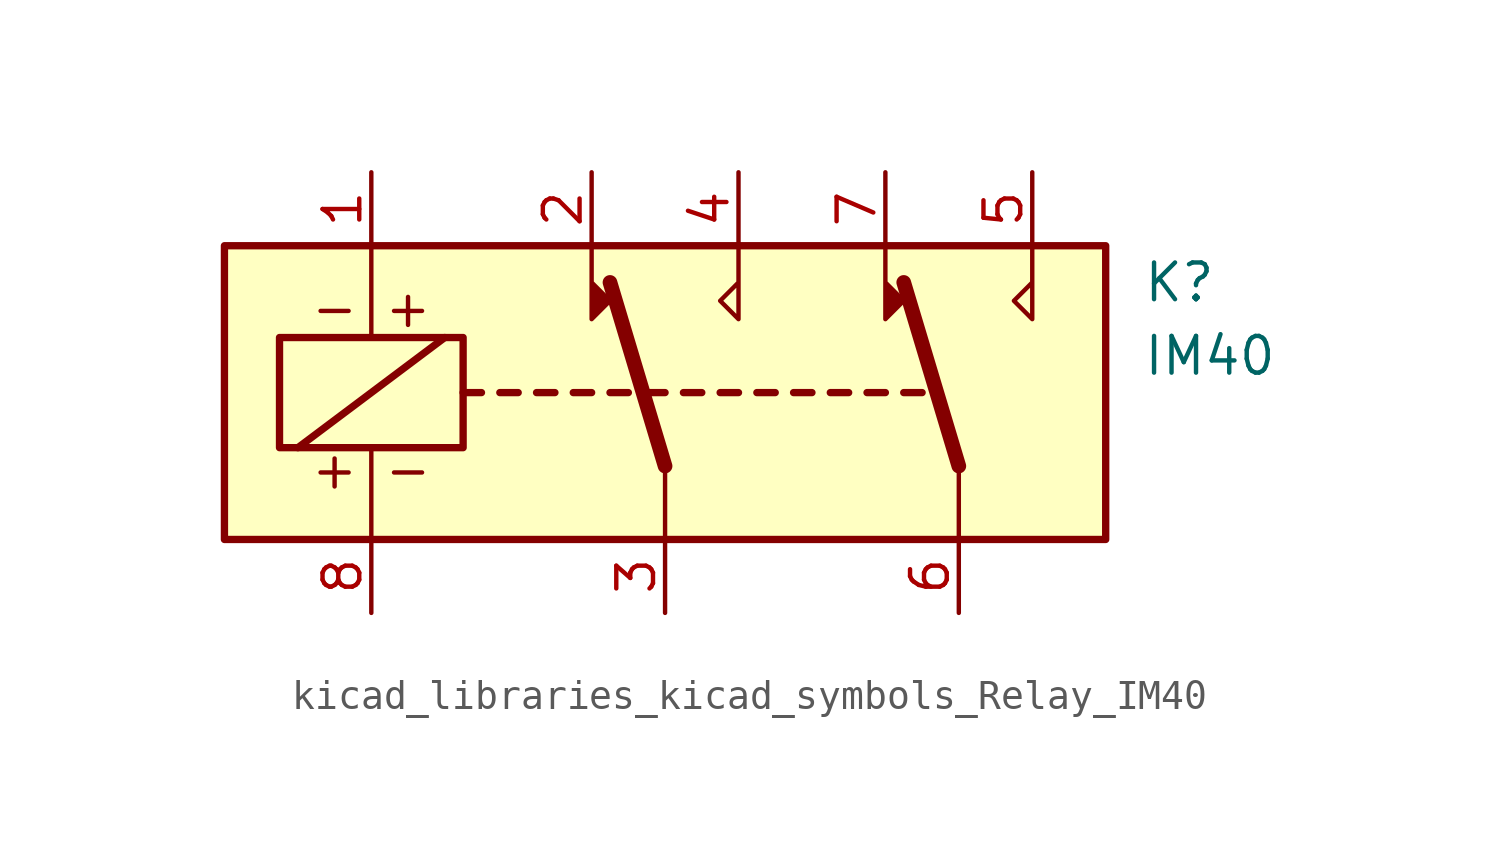
<source format=kicad_sym>
(kicad_symbol_lib
  (version 20220914)
  (generator kicad_symbol_editor)
  (symbol "kicad_libraries_kicad_symbols_Relay_IM40"
    (property "Reference" "K"
      (at 16.51 3.81 0)
      (effects (font (size 1.27 1.27)) (justify left)))
    (property "Value" "IM40"
      (at 16.51 1.27 0)
      (effects (font (size 1.27 1.27)) (justify left)))
    (symbol "kicad_libraries_kicad_symbols_Relay_IM40_0_0"
      (text "+ -" (at -10.16 -2.667 0) (effects (font (size 1.27 1.27))))
      (text "- +" (at -10.16 2.921 0) (effects (font (size 1.27 1.27)))))
    (symbol "kicad_libraries_kicad_symbols_Relay_IM40_0_1"
      (rectangle (start -15.24 5.08) (end 15.24 -5.08) (stroke (width 0.254) (type default)) (fill (type background)))
      (rectangle (start -13.335 1.905) (end -6.985 -1.905) (stroke (width 0.254) (type default)) (fill (type none)))
      (polyline (pts (xy -12.7 -1.905) (xy -7.62 1.905)) (stroke (width 0.254) (type default)) (fill (type none)))
      (polyline (pts (xy -10.16 -5.08) (xy -10.16 -1.905)) (stroke (width 0) (type default)) (fill (type none)))
      (polyline (pts (xy -10.16 5.08) (xy -10.16 1.905)) (stroke (width 0) (type default)) (fill (type none)))
      (polyline (pts (xy -6.985 0) (xy -6.35 0)) (stroke (width 0.254) (type default)) (fill (type none)))
      (polyline (pts (xy -5.715 0) (xy -5.08 0)) (stroke (width 0.254) (type default)) (fill (type none)))
      (polyline (pts (xy -4.445 0) (xy -3.81 0)) (stroke (width 0.254) (type default)) (fill (type none)))
      (polyline (pts (xy -3.175 0) (xy -2.54 0)) (stroke (width 0.254) (type default)) (fill (type none)))
      (polyline (pts (xy -1.905 0) (xy -1.27 0)) (stroke (width 0.254) (type default)) (fill (type none)))
      (polyline (pts (xy -0.635 0) (xy 0 0)) (stroke (width 0.254) (type default)) (fill (type none)))
      (polyline (pts (xy 0 -2.54) (xy -1.905 3.81)) (stroke (width 0.508) (type default)) (fill (type none)))
      (polyline (pts (xy 0 -2.54) (xy 0 -5.08)) (stroke (width 0) (type default)) (fill (type none)))
      (polyline (pts (xy 0.635 0) (xy 1.27 0)) (stroke (width 0.254) (type default)) (fill (type none)))
      (polyline (pts (xy 1.905 0) (xy 2.54 0)) (stroke (width 0.254) (type default)) (fill (type none)))
      (polyline (pts (xy 3.175 0) (xy 3.81 0)) (stroke (width 0.254) (type default)) (fill (type none)))
      (polyline (pts (xy 4.445 0) (xy 5.08 0)) (stroke (width 0.254) (type default)) (fill (type none)))
      (polyline (pts (xy 5.715 0) (xy 6.35 0)) (stroke (width 0.254) (type default)) (fill (type none)))
      (polyline (pts (xy 6.985 0) (xy 7.62 0)) (stroke (width 0.254) (type default)) (fill (type none)))
      (polyline (pts (xy 8.255 0) (xy 8.89 0)) (stroke (width 0.254) (type default)) (fill (type none)))
      (polyline (pts (xy 10.16 -2.54) (xy 8.255 3.81)) (stroke (width 0.508) (type default)) (fill (type none)))
      (polyline (pts (xy 10.16 -2.54) (xy 10.16 -5.08)) (stroke (width 0) (type default)) (fill (type none)))
      (polyline (pts (xy -2.54 5.08) (xy -2.54 2.54) (xy -1.905 3.175) (xy -2.54 3.81)) (stroke (width 0) (type default)) (fill (type outline)))
      (polyline (pts (xy 2.54 5.08) (xy 2.54 2.54) (xy 1.905 3.175) (xy 2.54 3.81)) (stroke (width 0) (type default)) (fill (type none)))
      (polyline (pts (xy 7.62 5.08) (xy 7.62 2.54) (xy 8.255 3.175) (xy 7.62 3.81)) (stroke (width 0) (type default)) (fill (type outline)))
      (polyline (pts (xy 12.7 5.08) (xy 12.7 2.54) (xy 12.065 3.175) (xy 12.7 3.81)) (stroke (width 0) (type default)) (fill (type none))))
    (symbol "kicad_libraries_kicad_symbols_Relay_IM40_1_1"
      (pin passive line (at -10.16 7.62 270) (length 2.54) (name "~" (effects (font (size 1.27 1.27)))) (number "1" (effects (font (size 1.27 1.27)))))
      (pin passive line (at -2.54 7.62 270) (length 2.54) (name "~" (effects (font (size 1.27 1.27)))) (number "2" (effects (font (size 1.27 1.27)))))
      (pin passive line (at 0 -7.62 90) (length 2.54) (name "~" (effects (font (size 1.27 1.27)))) (number "3" (effects (font (size 1.27 1.27)))))
      (pin passive line (at 2.54 7.62 270) (length 2.54) (name "~" (effects (font (size 1.27 1.27)))) (number "4" (effects (font (size 1.27 1.27)))))
      (pin passive line (at 12.7 7.62 270) (length 2.54) (name "~" (effects (font (size 1.27 1.27)))) (number "5" (effects (font (size 1.27 1.27)))))
      (pin passive line (at 10.16 -7.62 90) (length 2.54) (name "~" (effects (font (size 1.27 1.27)))) (number "6" (effects (font (size 1.27 1.27)))))
      (pin passive line (at 7.62 7.62 270) (length 2.54) (name "~" (effects (font (size 1.27 1.27)))) (number "7" (effects (font (size 1.27 1.27)))))
      (pin passive line (at -10.16 -7.62 90) (length 2.54) (name "~" (effects (font (size 1.27 1.27)))) (number "8" (effects (font (size 1.27 1.27))))))))
</source>
